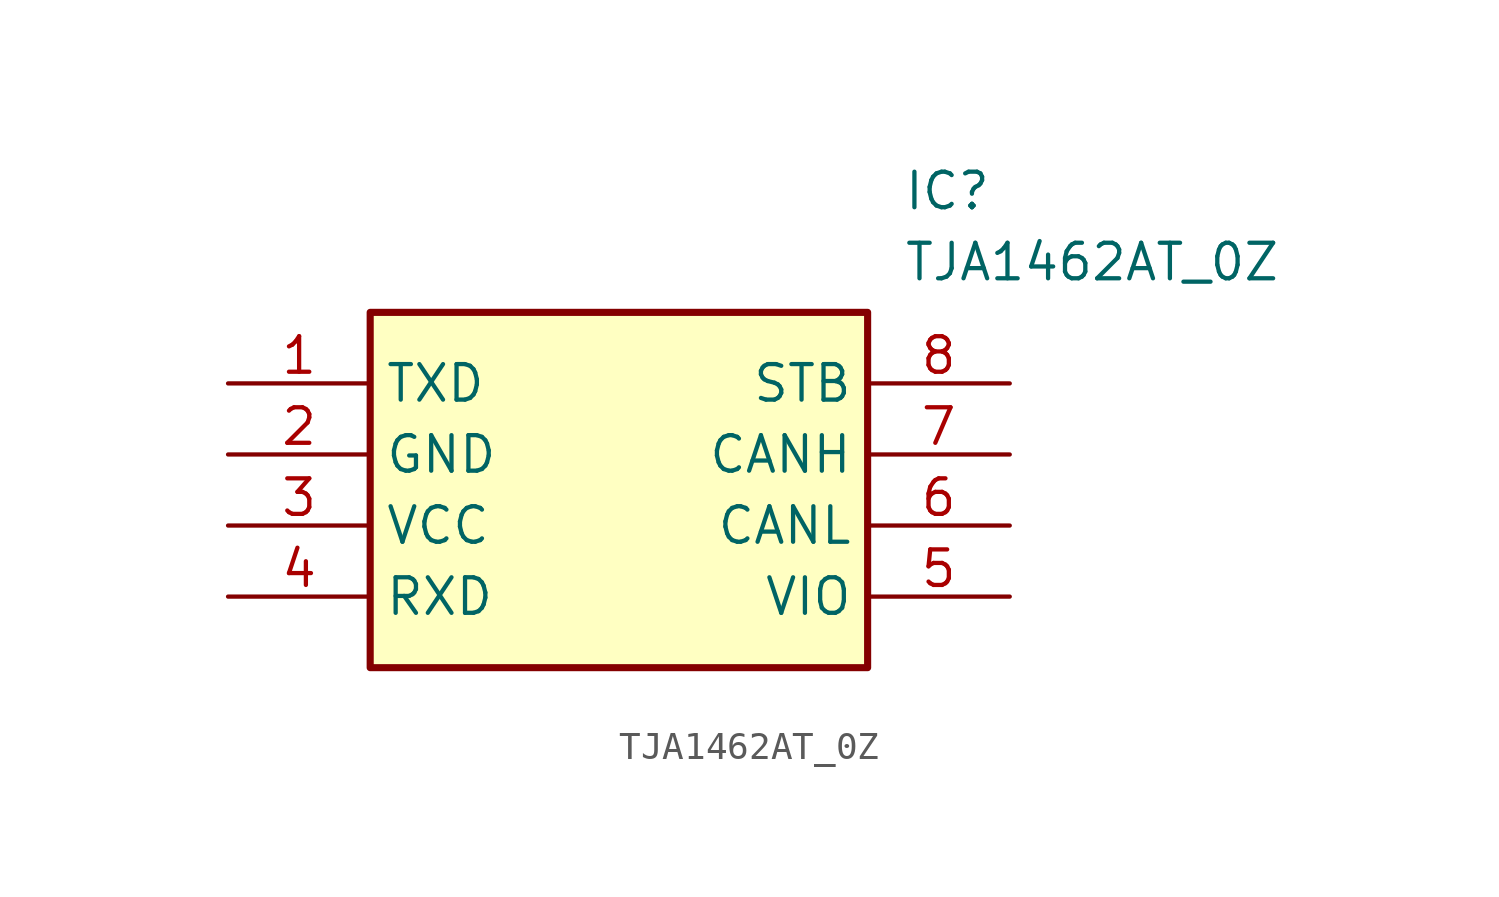
<source format=kicad_sym>
(kicad_symbol_lib
  (version 20211014)
  (generator SamacSys_ECAD_Model)
  (symbol "TJA1462AT_0Z"
    (property "Reference" "IC"
      (at 24.13 7.62 0)
      (effects (font (size 1.27 1.27)) (justify left top)))
    (property "Value" "TJA1462AT_0Z"
      (at 24.13 5.08 0)
      (effects (font (size 1.27 1.27)) (justify left top)))
    (rectangle
      (start 5.08 2.54)
      (end 22.86 -10.16)
      (stroke (width 0.254) (type default))
      (fill (type background)))
    (pin passive line
      (at 0 0 0)
      (length 5.08)
      (name "TXD" (effects (font (size 1.27 1.27))))
      (number "1" (effects (font (size 1.27 1.27)))))
    (pin passive line
      (at 0 -2.54 0)
      (length 5.08)
      (name "GND" (effects (font (size 1.27 1.27))))
      (number "2" (effects (font (size 1.27 1.27)))))
    (pin passive line
      (at 0 -5.08 0)
      (length 5.08)
      (name "VCC" (effects (font (size 1.27 1.27))))
      (number "3" (effects (font (size 1.27 1.27)))))
    (pin passive line
      (at 0 -7.62 0)
      (length 5.08)
      (name "RXD" (effects (font (size 1.27 1.27))))
      (number "4" (effects (font (size 1.27 1.27)))))
    (pin passive line
      (at 27.94 0 180)
      (length 5.08)
      (name "STB" (effects (font (size 1.27 1.27))))
      (number "8" (effects (font (size 1.27 1.27)))))
    (pin passive line
      (at 27.94 -2.54 180)
      (length 5.08)
      (name "CANH" (effects (font (size 1.27 1.27))))
      (number "7" (effects (font (size 1.27 1.27)))))
    (pin passive line
      (at 27.94 -5.08 180)
      (length 5.08)
      (name "CANL" (effects (font (size 1.27 1.27))))
      (number "6" (effects (font (size 1.27 1.27)))))
    (pin passive line
      (at 27.94 -7.62 180)
      (length 5.08)
      (name "VIO" (effects (font (size 1.27 1.27))))
      (number "5" (effects (font (size 1.27 1.27)))))))
</source>
